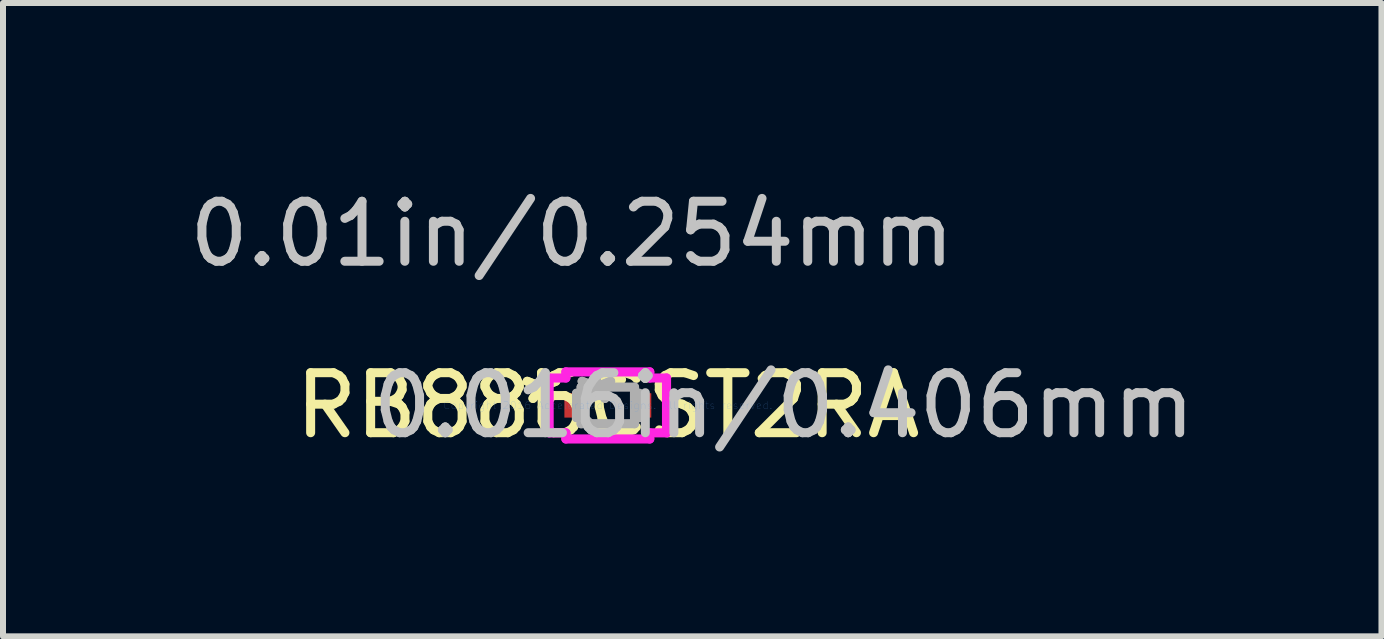
<source format=kicad_pcb>
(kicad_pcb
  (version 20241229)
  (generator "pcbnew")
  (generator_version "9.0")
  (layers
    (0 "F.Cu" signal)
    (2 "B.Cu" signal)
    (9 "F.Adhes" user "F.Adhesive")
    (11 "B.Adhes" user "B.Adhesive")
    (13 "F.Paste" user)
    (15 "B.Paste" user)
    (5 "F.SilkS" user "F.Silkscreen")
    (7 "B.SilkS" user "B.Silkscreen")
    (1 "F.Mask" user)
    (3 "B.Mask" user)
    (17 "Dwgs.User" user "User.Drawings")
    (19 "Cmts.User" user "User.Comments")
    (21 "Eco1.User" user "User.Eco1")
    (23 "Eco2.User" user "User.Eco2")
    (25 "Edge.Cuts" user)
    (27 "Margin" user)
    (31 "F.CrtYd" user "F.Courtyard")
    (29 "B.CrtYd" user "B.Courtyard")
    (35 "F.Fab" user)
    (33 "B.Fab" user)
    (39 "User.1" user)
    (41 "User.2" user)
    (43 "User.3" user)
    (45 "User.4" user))
  (footprint "RB886CST2RA"
    (layer "F.Cu")
    (at 7.079 3.706)
    (property "Reference" "RB886CST2RA" (at 0 0 0) (layer "F.SilkS") (effects (font (size 1 1) (thickness 0.15))))
    (attr through_hole)
    (fp_line (start -0.228 0.432) (end 0.228 0.432) (stroke (width 0.152) (type solid)) (layer "F.SilkS"))
    (fp_line (start 0.228 -0.432) (end -0.228 -0.432) (stroke (width 0.152) (type solid)) (layer "F.SilkS"))
    (fp_line (start -0.978 -0.457) (end -0.699 -0.457) (stroke (width 0.152) (type solid)) (layer "F.CrtYd"))
    (fp_line (start -0.978 0.457) (end -0.978 -0.457) (stroke (width 0.152) (type solid)) (layer "F.CrtYd"))
    (fp_line (start -0.699 -0.559) (end 0.699 -0.559) (stroke (width 0.152) (type solid)) (layer "F.CrtYd"))
    (fp_line (start -0.699 -0.457) (end -0.699 -0.559) (stroke (width 0.152) (type solid)) (layer "F.CrtYd"))
    (fp_line (start -0.699 0.457) (end -0.978 0.457) (stroke (width 0.152) (type solid)) (layer "F.CrtYd"))
    (fp_line (start -0.699 0.559) (end -0.699 0.457) (stroke (width 0.152) (type solid)) (layer "F.CrtYd"))
    (fp_line (start 0.699 -0.559) (end 0.699 -0.457) (stroke (width 0.152) (type solid)) (layer "F.CrtYd"))
    (fp_line (start 0.699 -0.457) (end 0.978 -0.457) (stroke (width 0.152) (type solid)) (layer "F.CrtYd"))
    (fp_line (start 0.699 0.457) (end 0.699 0.559) (stroke (width 0.152) (type solid)) (layer "F.CrtYd"))
    (fp_line (start 0.699 0.559) (end -0.699 0.559) (stroke (width 0.152) (type solid)) (layer "F.CrtYd"))
    (fp_line (start 0.978 -0.457) (end 0.978 0.457) (stroke (width 0.152) (type solid)) (layer "F.CrtYd"))
    (fp_line (start 0.978 0.457) (end 0.699 0.457) (stroke (width 0.152) (type solid)) (layer "F.CrtYd"))
    (fp_line (start -0.521 -0.203) (end -0.521 0.203) (stroke (width 0.152) (type solid)) (layer "F.Fab"))
    (fp_line (start -0.521 0.203) (end -0.445 0.203) (stroke (width 0.152) (type solid)) (layer "F.Fab"))
    (fp_line (start -0.445 -0.305) (end -0.445 0.305) (stroke (width 0.152) (type solid)) (layer "F.Fab"))
    (fp_line (start -0.445 -0.203) (end -0.521 -0.203) (stroke (width 0.152) (type solid)) (layer "F.Fab"))
    (fp_line (start -0.445 -0.152) (end -0.292 -0.305) (stroke (width 0.152) (type solid)) (layer "F.Fab"))
    (fp_line (start -0.445 0.152) (end -0.292 0.305) (stroke (width 0.152) (type solid)) (layer "F.Fab"))
    (fp_line (start -0.445 0.203) (end -0.445 -0.203) (stroke (width 0.152) (type solid)) (layer "F.Fab"))
    (fp_line (start -0.445 0.305) (end 0.445 0.305) (stroke (width 0.152) (type solid)) (layer "F.Fab"))
    (fp_line (start 0.445 -0.305) (end -0.445 -0.305) (stroke (width 0.152) (type solid)) (layer "F.Fab"))
    (fp_line (start 0.445 -0.203) (end 0.445 0.203) (stroke (width 0.152) (type solid)) (layer "F.Fab"))
    (fp_line (start 0.445 0.203) (end 0.521 0.203) (stroke (width 0.152) (type solid)) (layer "F.Fab"))
    (fp_line (start 0.445 0.305) (end 0.445 -0.305) (stroke (width 0.152) (type solid)) (layer "F.Fab"))
    (fp_line (start 0.521 -0.203) (end 0.445 -0.203) (stroke (width 0.152) (type solid)) (layer "F.Fab"))
    (fp_line (start 0.521 0.203) (end 0.521 -0.203) (stroke (width 0.152) (type solid)) (layer "F.Fab"))
    (fp_text user "*" (at -1.105 0 0) (layer "F.SilkS") (effects (font (size 1 1) (thickness 0.15))))
    (fp_text user "*" (at -1.105 0 0) (layer "F.SilkS") (effects (font (size 1 1) (thickness 0.15))))
    (fp_text user "0.016in/0.406mm" (at 2.934 0 0) (layer "Dwgs.User") (effects (font (size 1 1) (thickness 0.15))))
    (fp_text user "0.01in/0.254mm" (at -0.597 -2.857 0) (layer "Dwgs.User") (effects (font (size 1 1) (thickness 0.15))))
    (fp_text user "Copyright 2016 Accelerated Designs. All rights reserved." (at 0 0 0) (layer "Cmts.User") (effects (font (size 0.127 0.127) (thickness 0.002))))
    (fp_text user "*" (at -0.191 0 0) (layer "F.Fab") (effects (font (size 1 1) (thickness 0.15))))
    (fp_text user "*" (at -0.191 0 0) (layer "F.Fab") (effects (font (size 1 1) (thickness 0.15))))
    (pad "1" smd rect (at -0.597 0) (size 0.254 0.406) (layers "F.Cu" "F.Mask" "F.Paste"))
    (pad "2" smd rect (at 0.597 0) (size 0.254 0.406) (layers "F.Cu" "F.Mask" "F.Paste")))
  (gr_rect
    (start -3 -3)
    (end 19.971 7.554)
    (stroke (width 0.1) (type default))
    (fill no)
    (layer "Edge.Cuts")))
</source>
